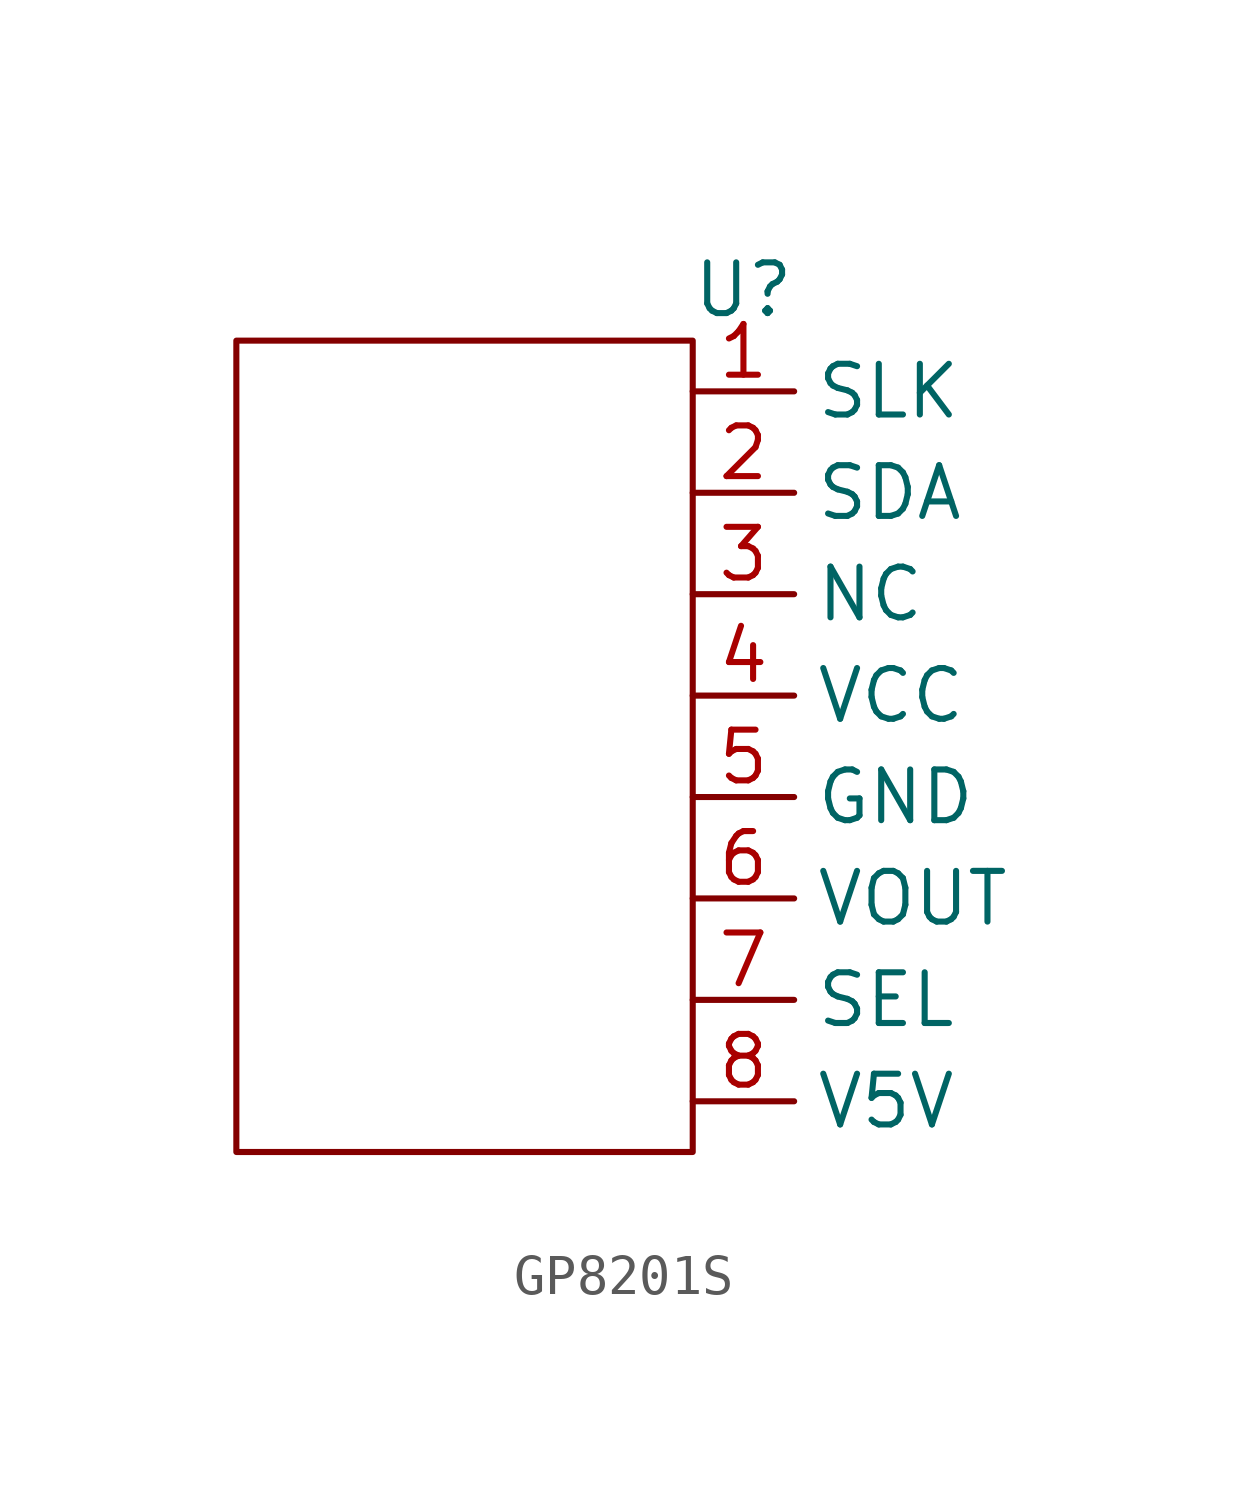
<source format=kicad_sym>
(kicad_symbol_lib
  (version 20231120)
  (generator "kicad_symbol_editor")
  (generator_version "8.0")
  (symbol "GP8201S"
    (property "Reference" "U"
      (at 0 0 0)
      (effects (font (size 1.27 1.27))))
    (property "Value" ""
      (at 0 0 0)
      (effects (font (size 1.27 1.27))))
    (symbol "GP8201S_0_1"
      (rectangle (start -12.7 -1.27) (end -1.27 -21.59) (stroke (width 0) (type default)) (fill (type none))))
    (symbol "GP8201S_1_1"
      (pin input line (at -1.27 -2.54 0) (length 2.54) (name "SLK" (effects (font (size 1.27 1.27)))) (number "1" (effects (font (size 1.27 1.27)))))
      (pin input line (at -1.27 -5.08 0) (length 2.54) (name "SDA" (effects (font (size 1.27 1.27)))) (number "2" (effects (font (size 1.27 1.27)))))
      (pin input line (at -1.27 -7.62 0) (length 2.54) (name "NC" (effects (font (size 1.27 1.27)))) (number "3" (effects (font (size 1.27 1.27)))))
      (pin input line (at -1.27 -10.16 0) (length 2.54) (name "VCC" (effects (font (size 1.27 1.27)))) (number "4" (effects (font (size 1.27 1.27)))))
      (pin input line (at -1.27 -12.7 0) (length 2.54) (name "GND" (effects (font (size 1.27 1.27)))) (number "5" (effects (font (size 1.27 1.27)))))
      (pin input line (at -1.27 -15.24 0) (length 2.54) (name "VOUT" (effects (font (size 1.27 1.27)))) (number "6" (effects (font (size 1.27 1.27)))))
      (pin input line (at -1.27 -17.78 0) (length 2.54) (name "SEL" (effects (font (size 1.27 1.27)))) (number "7" (effects (font (size 1.27 1.27)))))
      (pin input line (at -1.27 -20.32 0) (length 2.54) (name "V5V" (effects (font (size 1.27 1.27)))) (number "8" (effects (font (size 1.27 1.27))))))))
</source>
